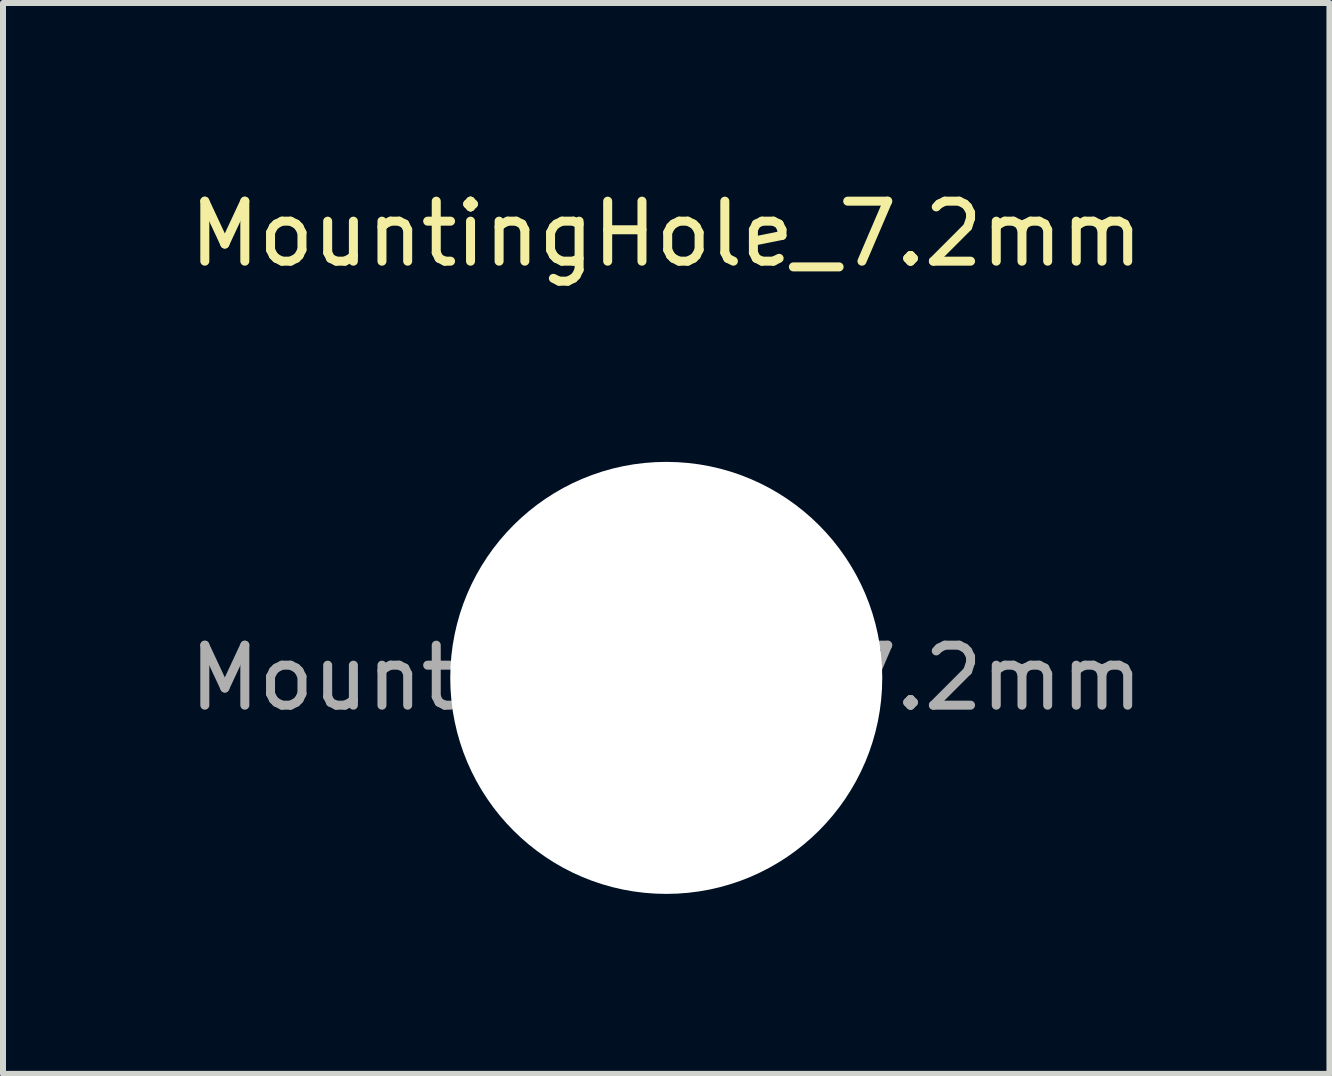
<source format=kicad_pcb>
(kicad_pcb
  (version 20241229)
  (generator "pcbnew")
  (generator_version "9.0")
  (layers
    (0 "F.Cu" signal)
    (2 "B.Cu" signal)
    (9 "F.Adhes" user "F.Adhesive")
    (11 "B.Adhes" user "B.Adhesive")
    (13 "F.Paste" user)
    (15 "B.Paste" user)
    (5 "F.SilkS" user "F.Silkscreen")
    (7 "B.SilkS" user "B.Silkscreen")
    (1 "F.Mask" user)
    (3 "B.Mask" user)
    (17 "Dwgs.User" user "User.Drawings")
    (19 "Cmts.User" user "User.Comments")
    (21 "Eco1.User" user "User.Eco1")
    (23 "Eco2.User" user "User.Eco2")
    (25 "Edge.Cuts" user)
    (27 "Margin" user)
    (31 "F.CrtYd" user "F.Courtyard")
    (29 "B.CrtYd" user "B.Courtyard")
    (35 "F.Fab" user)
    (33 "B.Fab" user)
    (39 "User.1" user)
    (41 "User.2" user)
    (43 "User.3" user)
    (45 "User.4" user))
  (footprint "MountingHole_7.2mm"
    (layer "F.Cu")
    (at 8.054 8.248)
    (property "Reference" "MountingHole_7.2mm" (at 0 -7.4 0) (layer "F.SilkS") (effects (font (size 1 1) (thickness 0.15))))
    (attr exclude_from_pos_files exclude_from_bom)
    (fp_text user "${REFERENCE}" (at 0 0 0) (layer "F.Fab") (effects (font (size 1 1) (thickness 0.15))))
    (pad "" np_thru_hole circle (at 0 0) (size 7.2 7.2) (drill 7.2) (layers "*.Cu" "*.Mask")))
  (gr_rect
    (start -3 -3)
    (end 19.107 14.848)
    (stroke (width 0.1) (type default))
    (fill no)
    (layer "Edge.Cuts")))
</source>
